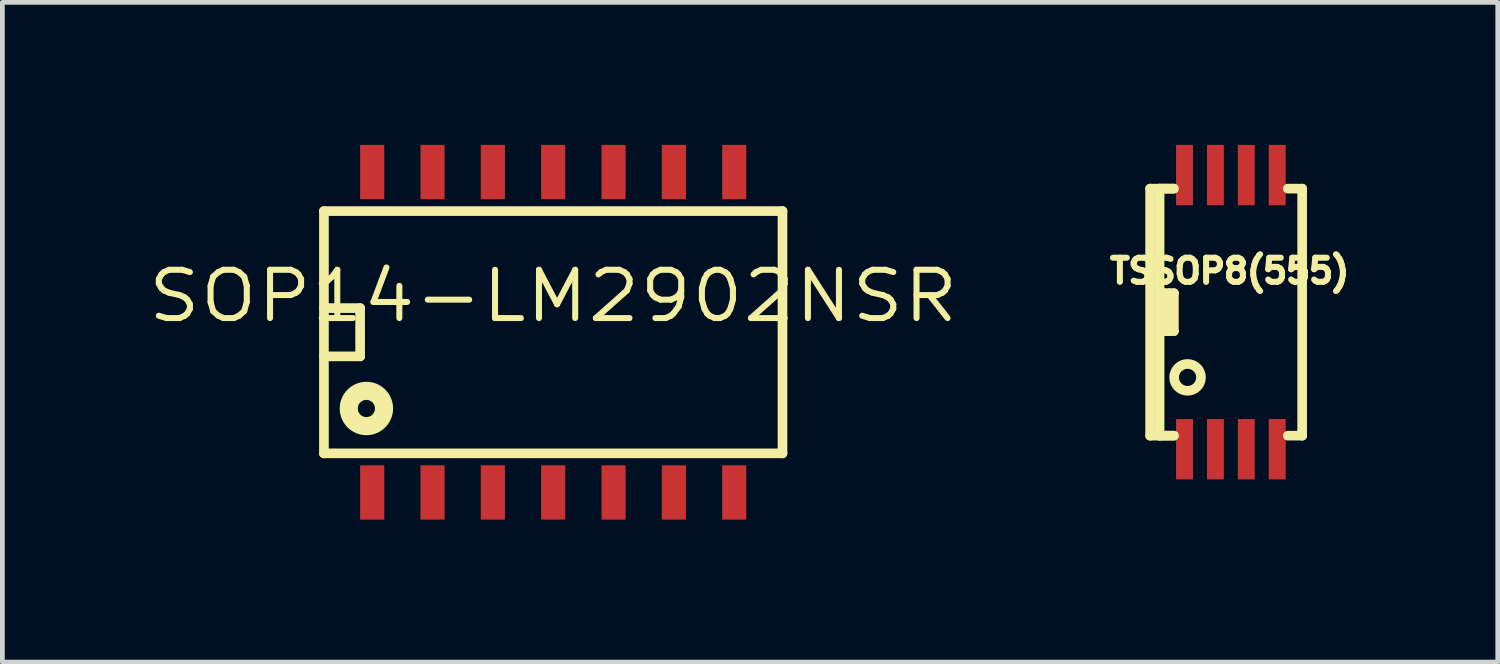
<source format=kicad_pcb>
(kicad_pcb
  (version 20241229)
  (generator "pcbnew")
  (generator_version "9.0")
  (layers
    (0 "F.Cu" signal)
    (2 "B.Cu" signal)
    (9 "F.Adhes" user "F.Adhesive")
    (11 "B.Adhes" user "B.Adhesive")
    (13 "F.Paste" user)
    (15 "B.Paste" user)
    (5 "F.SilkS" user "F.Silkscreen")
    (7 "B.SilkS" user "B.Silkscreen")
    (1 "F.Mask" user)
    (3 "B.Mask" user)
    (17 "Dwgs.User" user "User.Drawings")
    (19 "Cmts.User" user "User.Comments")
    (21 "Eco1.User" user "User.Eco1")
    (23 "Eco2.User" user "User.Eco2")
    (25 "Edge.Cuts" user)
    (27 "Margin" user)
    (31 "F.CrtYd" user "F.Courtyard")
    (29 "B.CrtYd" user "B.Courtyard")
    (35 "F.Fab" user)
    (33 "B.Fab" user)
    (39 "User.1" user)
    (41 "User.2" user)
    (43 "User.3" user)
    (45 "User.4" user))
  (footprint "TSSOP8(555)"
    (layer "F.Cu")
    (at 22.857 3.52)
    (property "Reference" "TSSOP8(555)" (at -0.025 -0.866 0) (layer "F.SilkS") (effects (font (size 0.508 0.508) (thickness 0.127))))
    (attr through_hole)
    (fp_line (start -1.699 -2.6) (end -1.699 2.6) (stroke (width 0.203) (type solid)) (layer "F.SilkS"))
    (fp_line (start -1.699 2.6) (end -1.199 2.6) (stroke (width 0.203) (type solid)) (layer "F.SilkS"))
    (fp_line (start -1.501 -2.6) (end -1.199 -2.6) (stroke (width 0.203) (type solid)) (layer "F.SilkS"))
    (fp_line (start -1.501 0.399) (end -1.199 0.399) (stroke (width 0.203) (type solid)) (layer "F.SilkS"))
    (fp_line (start -1.501 2.6) (end -1.199 2.6) (stroke (width 0.203) (type solid)) (layer "F.SilkS"))
    (fp_line (start -1.5 -2.6) (end -1.5 2.6) (stroke (width 0.203) (type solid)) (layer "F.SilkS"))
    (fp_line (start -1.4 -0.399) (end -1.4 0.399) (stroke (width 0.203) (type solid)) (layer "F.SilkS"))
    (fp_line (start -1.3 0.399) (end -1.3 -0.399) (stroke (width 0.203) (type solid)) (layer "F.SilkS"))
    (fp_line (start -1.199 -2.6) (end -1.699 -2.6) (stroke (width 0.203) (type solid)) (layer "F.SilkS"))
    (fp_line (start -1.199 -0.399) (end -1.501 -0.399) (stroke (width 0.203) (type solid)) (layer "F.SilkS"))
    (fp_line (start -1.199 0.399) (end -1.199 -0.399) (stroke (width 0.203) (type solid)) (layer "F.SilkS"))
    (fp_line (start 1.501 -2.6) (end 1.199 -2.6) (stroke (width 0.203) (type solid)) (layer "F.SilkS"))
    (fp_line (start 1.501 -2.6) (end 1.501 2.6) (stroke (width 0.203) (type solid)) (layer "F.SilkS"))
    (fp_line (start 1.501 2.6) (end 1.199 2.6) (stroke (width 0.203) (type solid)) (layer "F.SilkS"))
    (fp_circle (center -0.911 1.373) (end -0.711 1.573) (stroke (width 0.203) (type solid)) (fill no) (layer "F.SilkS"))
    (pad "1" smd rect (at -0.975 2.885) (size 0.356 1.27) (layers "F.Cu" "F.Mask" "F.Paste"))
    (pad "2" smd rect (at -0.325 2.885) (size 0.356 1.27) (layers "F.Cu" "F.Mask" "F.Paste"))
    (pad "3" smd rect (at 0.325 2.885) (size 0.356 1.27) (layers "F.Cu" "F.Mask" "F.Paste"))
    (pad "4" smd rect (at 0.975 2.885) (size 0.356 1.27) (layers "F.Cu" "F.Mask" "F.Paste"))
    (pad "5" smd rect (at 0.975 -2.885) (size 0.356 1.27) (layers "F.Cu" "F.Mask" "F.Paste"))
    (pad "6" smd rect (at 0.325 -2.885) (size 0.356 1.27) (layers "F.Cu" "F.Mask" "F.Paste"))
    (pad "7" smd rect (at -0.325 -2.885) (size 0.356 1.27) (layers "F.Cu" "F.Mask" "F.Paste"))
    (pad "8" smd rect (at -0.975 -2.885) (size 0.356 1.27) (layers "F.Cu" "F.Mask" "F.Paste")))
  (footprint "SOP14-LM2902NSR"
    (layer "F.Cu")
    (at 8.594 3.943)
    (property "Reference" "SOP14-LM2902NSR" (at 0 -0.762 0) (layer "F.SilkS") (effects (font (size 1.016 1.143) (thickness 0.127))))
    (attr smd)
    (fp_line (start -4.826 -2.55) (end 4.826 -2.55) (stroke (width 0.203) (type solid)) (layer "F.SilkS"))
    (fp_line (start -4.826 -0.508) (end -4.064 -0.508) (stroke (width 0.203) (type solid)) (layer "F.SilkS"))
    (fp_line (start -4.826 2.55) (end -4.826 -2.55) (stroke (width 0.203) (type solid)) (layer "F.SilkS"))
    (fp_line (start -4.064 -0.508) (end -4.064 0.508) (stroke (width 0.203) (type solid)) (layer "F.SilkS"))
    (fp_line (start -4.064 0.508) (end -4.826 0.508) (stroke (width 0.203) (type solid)) (layer "F.SilkS"))
    (fp_line (start 4.826 -2.55) (end 4.826 2.55) (stroke (width 0.203) (type solid)) (layer "F.SilkS"))
    (fp_line (start 4.826 2.55) (end -4.826 2.55) (stroke (width 0.203) (type solid)) (layer "F.SilkS"))
    (fp_circle (center -3.932 1.605) (end -3.576 1.499) (stroke (width 0.381) (type solid)) (fill no) (layer "F.SilkS"))
    (pad "1" smd rect (at -3.81 3.372) (size 0.508 1.143) (layers "F.Cu" "F.Mask" "F.Paste"))
    (pad "2" smd rect (at -2.54 3.372) (size 0.508 1.143) (layers "F.Cu" "F.Mask" "F.Paste"))
    (pad "3" smd rect (at -1.27 3.372) (size 0.508 1.143) (layers "F.Cu" "F.Mask" "F.Paste"))
    (pad "4" smd rect (at 0 3.372) (size 0.508 1.143) (layers "F.Cu" "F.Mask" "F.Paste"))
    (pad "5" smd rect (at 1.27 3.372) (size 0.508 1.143) (layers "F.Cu" "F.Mask" "F.Paste"))
    (pad "6" smd rect (at 2.54 3.372) (size 0.508 1.143) (layers "F.Cu" "F.Mask" "F.Paste"))
    (pad "7" smd rect (at 3.81 3.372) (size 0.508 1.143) (layers "F.Cu" "F.Mask" "F.Paste"))
    (pad "8" smd rect (at 3.81 -3.372) (size 0.508 1.143) (layers "F.Cu" "F.Mask" "F.Paste"))
    (pad "9" smd rect (at 2.54 -3.372) (size 0.508 1.143) (layers "F.Cu" "F.Mask" "F.Paste"))
    (pad "10" smd rect (at 1.27 -3.372) (size 0.508 1.143) (layers "F.Cu" "F.Mask" "F.Paste"))
    (pad "11" smd rect (at 0 -3.372) (size 0.508 1.143) (layers "F.Cu" "F.Mask" "F.Paste"))
    (pad "12" smd rect (at -1.27 -3.372) (size 0.508 1.143) (layers "F.Cu" "F.Mask" "F.Paste"))
    (pad "13" smd rect (at -2.54 -3.372) (size 0.508 1.143) (layers "F.Cu" "F.Mask" "F.Paste"))
    (pad "14" smd rect (at -3.81 -3.372) (size 0.508 1.143) (layers "F.Cu" "F.Mask" "F.Paste")))
  (gr_rect
    (start -3 -3)
    (end 28.475 10.886)
    (stroke (width 0.1) (type default))
    (fill no)
    (layer "Edge.Cuts")))
</source>
